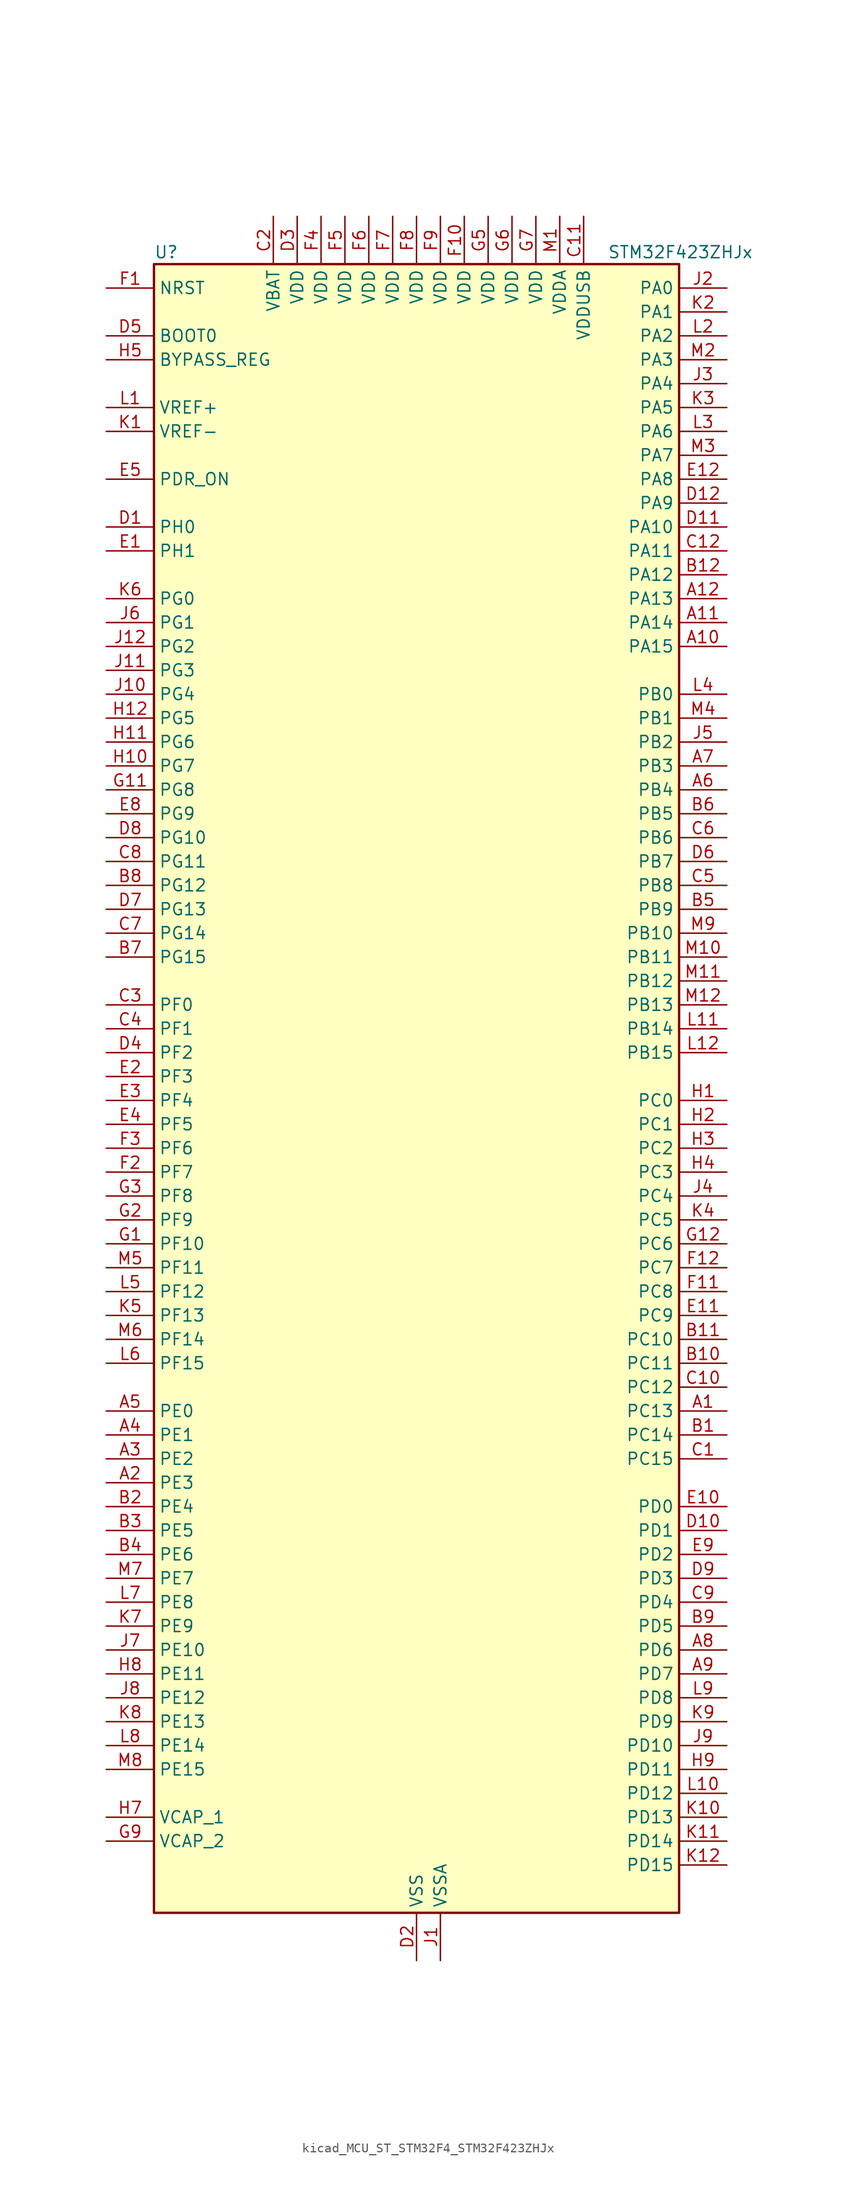
<source format=kicad_sym>
(kicad_symbol_lib
  (version 20220914)
  (generator kicad_symbol_editor)
  (symbol "kicad_MCU_ST_STM32F4_STM32F423ZHJx"
    (property "Reference" "U"
      (at -27.94 90.17 0)
      (effects (font (size 1.27 1.27)) (justify left)))
    (property "Value" "STM32F423ZHJx"
      (at 20.32 90.17 0)
      (effects (font (size 1.27 1.27)) (justify left)))
    (property "ki_locked" ""
      (at 0 0 0)
      (effects (font (size 1.27 1.27))))
    (symbol "kicad_MCU_ST_STM32F4_STM32F423ZHJx_0_1"
      (rectangle (start -27.94 -86.36) (end 27.94 88.9) (stroke (width 0.254) (type default)) (fill (type background))))
    (symbol "kicad_MCU_ST_STM32F4_STM32F423ZHJx_1_1"
      (pin bidirectional line (at 33.02 -33.02 180) (length 5.08) (name "PC13" (effects (font (size 1.27 1.27)))) (number "A1" (effects (font (size 1.27 1.27)))) (alternate "RTC_AF1" bidirectional line))
      (pin bidirectional line (at 33.02 48.26 180) (length 5.08) (name "PA15" (effects (font (size 1.27 1.27)))) (number "A10" (effects (font (size 1.27 1.27)))) (alternate "ADC1_EXTI15" bidirectional line) (alternate "CAN3_TX" bidirectional line) (alternate "I2S1_WS" bidirectional line) (alternate "I2S3_WS" bidirectional line) (alternate "SAI1_MCLK_A" bidirectional line) (alternate "SPI1_NSS" bidirectional line) (alternate "SPI3_NSS" bidirectional line) (alternate "SYS_JTDI" bidirectional line) (alternate "TIM2_CH1" bidirectional line) (alternate "TIM2_ETR" bidirectional line) (alternate "UART7_TX" bidirectional line) (alternate "USART1_TX" bidirectional line))
      (pin bidirectional line (at 33.02 50.8 180) (length 5.08) (name "PA14" (effects (font (size 1.27 1.27)))) (number "A11" (effects (font (size 1.27 1.27)))) (alternate "SYS_JTCK-SWCLK" bidirectional line))
      (pin bidirectional line (at 33.02 53.34 180) (length 5.08) (name "PA13" (effects (font (size 1.27 1.27)))) (number "A12" (effects (font (size 1.27 1.27)))) (alternate "SYS_JTMS-SWDIO" bidirectional line))
      (pin bidirectional line (at -33.02 -40.64 0) (length 5.08) (name "PE3" (effects (font (size 1.27 1.27)))) (number "A2" (effects (font (size 1.27 1.27)))) (alternate "FSMC_A19" bidirectional line) (alternate "SAI1_SD_B" bidirectional line) (alternate "SYS_TRACED0" bidirectional line) (alternate "UART10_TX" bidirectional line))
      (pin bidirectional line (at -33.02 -38.1 0) (length 5.08) (name "PE2" (effects (font (size 1.27 1.27)))) (number "A3" (effects (font (size 1.27 1.27)))) (alternate "FSMC_A23" bidirectional line) (alternate "I2S4_CK" bidirectional line) (alternate "I2S5_CK" bidirectional line) (alternate "QUADSPI_BK1_IO2" bidirectional line) (alternate "SAI1_MCLK_A" bidirectional line) (alternate "SPI4_SCK" bidirectional line) (alternate "SPI5_SCK" bidirectional line) (alternate "SYS_TRACECLK" bidirectional line) (alternate "UART10_RX" bidirectional line))
      (pin bidirectional line (at -33.02 -35.56 0) (length 5.08) (name "PE1" (effects (font (size 1.27 1.27)))) (number "A4" (effects (font (size 1.27 1.27)))) (alternate "DFSDM2_DATIN4" bidirectional line) (alternate "FSMC_NBL1" bidirectional line) (alternate "UART8_TX" bidirectional line))
      (pin bidirectional line (at -33.02 -33.02 0) (length 5.08) (name "PE0" (effects (font (size 1.27 1.27)))) (number "A5" (effects (font (size 1.27 1.27)))) (alternate "DFSDM2_CKIN4" bidirectional line) (alternate "FSMC_NBL0" bidirectional line) (alternate "TIM4_ETR" bidirectional line) (alternate "UART8_RX" bidirectional line))
      (pin bidirectional line (at 33.02 33.02 180) (length 5.08) (name "PB4" (effects (font (size 1.27 1.27)))) (number "A6" (effects (font (size 1.27 1.27)))) (alternate "CAN3_TX" bidirectional line) (alternate "I2C3_SDA" bidirectional line) (alternate "I2S3_ext_SD" bidirectional line) (alternate "SAI1_SCK_A" bidirectional line) (alternate "SDIO_D0" bidirectional line) (alternate "SPI1_MISO" bidirectional line) (alternate "SPI3_MISO" bidirectional line) (alternate "SYS_JTRST" bidirectional line) (alternate "TIM3_CH1" bidirectional line) (alternate "UART7_TX" bidirectional line))
      (pin bidirectional line (at 33.02 35.56 180) (length 5.08) (name "PB3" (effects (font (size 1.27 1.27)))) (number "A7" (effects (font (size 1.27 1.27)))) (alternate "CAN3_RX" bidirectional line) (alternate "FMPI2C1_SDA" bidirectional line) (alternate "I2C2_SDA" bidirectional line) (alternate "I2S1_CK" bidirectional line) (alternate "I2S3_CK" bidirectional line) (alternate "SAI1_SD_A" bidirectional line) (alternate "SPI1_SCK" bidirectional line) (alternate "SPI3_SCK" bidirectional line) (alternate "SYS_JTDO-SWO" bidirectional line) (alternate "TIM2_CH2" bidirectional line) (alternate "UART7_RX" bidirectional line) (alternate "USART1_RX" bidirectional line))
      (pin bidirectional line (at 33.02 -58.42 180) (length 5.08) (name "PD6" (effects (font (size 1.27 1.27)))) (number "A8" (effects (font (size 1.27 1.27)))) (alternate "DFSDM1_DATIN1" bidirectional line) (alternate "FSMC_NWAIT" bidirectional line) (alternate "I2S3_SD" bidirectional line) (alternate "SPI3_MOSI" bidirectional line) (alternate "USART2_RX" bidirectional line))
      (pin bidirectional line (at 33.02 -60.96 180) (length 5.08) (name "PD7" (effects (font (size 1.27 1.27)))) (number "A9" (effects (font (size 1.27 1.27)))) (alternate "DFSDM1_CKIN1" bidirectional line) (alternate "FSMC_NE1" bidirectional line) (alternate "USART2_CK" bidirectional line))
      (pin bidirectional line (at 33.02 -35.56 180) (length 5.08) (name "PC14" (effects (font (size 1.27 1.27)))) (number "B1" (effects (font (size 1.27 1.27)))) (alternate "RCC_OSC32_IN" bidirectional line))
      (pin bidirectional line (at 33.02 -27.94 180) (length 5.08) (name "PC11" (effects (font (size 1.27 1.27)))) (number "B10" (effects (font (size 1.27 1.27)))) (alternate "ADC1_EXTI11" bidirectional line) (alternate "DFSDM2_DATIN5" bidirectional line) (alternate "FSMC_D2" bidirectional line) (alternate "FSMC_DA2" bidirectional line) (alternate "I2S3_ext_SD" bidirectional line) (alternate "QUADSPI_BK2_NCS" bidirectional line) (alternate "SDIO_D3" bidirectional line) (alternate "SPI3_MISO" bidirectional line) (alternate "UART4_RX" bidirectional line) (alternate "USART3_RX" bidirectional line))
      (pin bidirectional line (at 33.02 -25.4 180) (length 5.08) (name "PC10" (effects (font (size 1.27 1.27)))) (number "B11" (effects (font (size 1.27 1.27)))) (alternate "DFSDM2_CKIN5" bidirectional line) (alternate "I2S3_CK" bidirectional line) (alternate "QUADSPI_BK1_IO1" bidirectional line) (alternate "SDIO_D2" bidirectional line) (alternate "SPI3_SCK" bidirectional line) (alternate "USART3_TX" bidirectional line))
      (pin bidirectional line (at 33.02 55.88 180) (length 5.08) (name "PA12" (effects (font (size 1.27 1.27)))) (number "B12" (effects (font (size 1.27 1.27)))) (alternate "CAN1_TX" bidirectional line) (alternate "DFSDM2_DATIN5" bidirectional line) (alternate "SPI2_MISO" bidirectional line) (alternate "SPI5_MISO" bidirectional line) (alternate "TIM1_ETR" bidirectional line) (alternate "UART4_TX" bidirectional line) (alternate "USART1_RTS" bidirectional line) (alternate "USART6_RX" bidirectional line) (alternate "USB_OTG_FS_DP" bidirectional line))
      (pin bidirectional line (at -33.02 -43.18 0) (length 5.08) (name "PE4" (effects (font (size 1.27 1.27)))) (number "B2" (effects (font (size 1.27 1.27)))) (alternate "DFSDM1_DATIN3" bidirectional line) (alternate "FSMC_A20" bidirectional line) (alternate "I2S4_WS" bidirectional line) (alternate "I2S5_WS" bidirectional line) (alternate "SAI1_SD_A" bidirectional line) (alternate "SPI4_NSS" bidirectional line) (alternate "SPI5_NSS" bidirectional line) (alternate "SYS_TRACED1" bidirectional line))
      (pin bidirectional line (at -33.02 -45.72 0) (length 5.08) (name "PE5" (effects (font (size 1.27 1.27)))) (number "B3" (effects (font (size 1.27 1.27)))) (alternate "DFSDM1_CKIN3" bidirectional line) (alternate "FSMC_A21" bidirectional line) (alternate "SAI1_SCK_A" bidirectional line) (alternate "SPI4_MISO" bidirectional line) (alternate "SPI5_MISO" bidirectional line) (alternate "SYS_TRACED2" bidirectional line) (alternate "TIM9_CH1" bidirectional line))
      (pin bidirectional line (at -33.02 -48.26 0) (length 5.08) (name "PE6" (effects (font (size 1.27 1.27)))) (number "B4" (effects (font (size 1.27 1.27)))) (alternate "FSMC_A22" bidirectional line) (alternate "I2S4_SD" bidirectional line) (alternate "I2S5_SD" bidirectional line) (alternate "SAI1_FS_A" bidirectional line) (alternate "SPI4_MOSI" bidirectional line) (alternate "SPI5_MOSI" bidirectional line) (alternate "SYS_TRACED3" bidirectional line) (alternate "TIM9_CH2" bidirectional line))
      (pin bidirectional line (at 33.02 20.32 180) (length 5.08) (name "PB9" (effects (font (size 1.27 1.27)))) (number "B5" (effects (font (size 1.27 1.27)))) (alternate "CAN1_TX" bidirectional line) (alternate "DAC_EXTI9" bidirectional line) (alternate "DFSDM2_DATIN1" bidirectional line) (alternate "I2C1_SDA" bidirectional line) (alternate "I2C2_SDA" bidirectional line) (alternate "I2S2_WS" bidirectional line) (alternate "SDIO_D5" bidirectional line) (alternate "SPI2_NSS" bidirectional line) (alternate "TIM11_CH1" bidirectional line) (alternate "TIM4_CH4" bidirectional line) (alternate "UART5_TX" bidirectional line))
      (pin bidirectional line (at 33.02 30.48 180) (length 5.08) (name "PB5" (effects (font (size 1.27 1.27)))) (number "B6" (effects (font (size 1.27 1.27)))) (alternate "CAN2_RX" bidirectional line) (alternate "I2C1_SMBA" bidirectional line) (alternate "I2S1_SD" bidirectional line) (alternate "I2S3_SD" bidirectional line) (alternate "LPTIM1_IN1" bidirectional line) (alternate "SAI1_FS_A" bidirectional line) (alternate "SDIO_D3" bidirectional line) (alternate "SPI1_MOSI" bidirectional line) (alternate "SPI3_MOSI" bidirectional line) (alternate "TIM3_CH2" bidirectional line) (alternate "UART5_RX" bidirectional line))
      (pin bidirectional line (at -33.02 15.24 0) (length 5.08) (name "PG15" (effects (font (size 1.27 1.27)))) (number "B7" (effects (font (size 1.27 1.27)))) (alternate "ADC1_EXTI15" bidirectional line) (alternate "USART6_CTS" bidirectional line))
      (pin bidirectional line (at -33.02 22.86 0) (length 5.08) (name "PG12" (effects (font (size 1.27 1.27)))) (number "B8" (effects (font (size 1.27 1.27)))) (alternate "CAN2_TX" bidirectional line) (alternate "FSMC_NE4" bidirectional line) (alternate "UART10_TX" bidirectional line) (alternate "USART6_RTS" bidirectional line))
      (pin bidirectional line (at 33.02 -55.88 180) (length 5.08) (name "PD5" (effects (font (size 1.27 1.27)))) (number "B9" (effects (font (size 1.27 1.27)))) (alternate "DFSDM2_CKOUT" bidirectional line) (alternate "FSMC_NWE" bidirectional line) (alternate "USART2_TX" bidirectional line))
      (pin bidirectional line (at 33.02 -38.1 180) (length 5.08) (name "PC15" (effects (font (size 1.27 1.27)))) (number "C1" (effects (font (size 1.27 1.27)))) (alternate "ADC1_EXTI15" bidirectional line) (alternate "RCC_OSC32_OUT" bidirectional line))
      (pin bidirectional line (at 33.02 -30.48 180) (length 5.08) (name "PC12" (effects (font (size 1.27 1.27)))) (number "C10" (effects (font (size 1.27 1.27)))) (alternate "FSMC_D3" bidirectional line) (alternate "FSMC_DA3" bidirectional line) (alternate "I2S3_SD" bidirectional line) (alternate "SDIO_CK" bidirectional line) (alternate "SPI3_MOSI" bidirectional line) (alternate "UART5_TX" bidirectional line) (alternate "USART3_CK" bidirectional line))
      (pin power_in line (at 17.78 93.98 270) (length 5.08) (name "VDDUSB" (effects (font (size 1.27 1.27)))) (number "C11" (effects (font (size 1.27 1.27)))))
      (pin bidirectional line (at 33.02 58.42 180) (length 5.08) (name "PA11" (effects (font (size 1.27 1.27)))) (number "C12" (effects (font (size 1.27 1.27)))) (alternate "ADC1_EXTI11" bidirectional line) (alternate "CAN1_RX" bidirectional line) (alternate "DFSDM2_CKIN5" bidirectional line) (alternate "I2S2_WS" bidirectional line) (alternate "SPI2_NSS" bidirectional line) (alternate "SPI4_MISO" bidirectional line) (alternate "TIM1_CH4" bidirectional line) (alternate "UART4_RX" bidirectional line) (alternate "USART1_CTS" bidirectional line) (alternate "USART6_TX" bidirectional line) (alternate "USB_OTG_FS_DM" bidirectional line))
      (pin power_in line (at -15.24 93.98 270) (length 5.08) (name "VBAT" (effects (font (size 1.27 1.27)))) (number "C2" (effects (font (size 1.27 1.27)))))
      (pin bidirectional line (at -33.02 10.16 0) (length 5.08) (name "PF0" (effects (font (size 1.27 1.27)))) (number "C3" (effects (font (size 1.27 1.27)))) (alternate "FSMC_A0" bidirectional line) (alternate "I2C2_SDA" bidirectional line))
      (pin bidirectional line (at -33.02 7.62 0) (length 5.08) (name "PF1" (effects (font (size 1.27 1.27)))) (number "C4" (effects (font (size 1.27 1.27)))) (alternate "FSMC_A1" bidirectional line) (alternate "I2C2_SCL" bidirectional line))
      (pin bidirectional line (at 33.02 22.86 180) (length 5.08) (name "PB8" (effects (font (size 1.27 1.27)))) (number "C5" (effects (font (size 1.27 1.27)))) (alternate "CAN1_RX" bidirectional line) (alternate "DFSDM2_CKIN1" bidirectional line) (alternate "I2C1_SCL" bidirectional line) (alternate "I2C3_SDA" bidirectional line) (alternate "I2S5_SD" bidirectional line) (alternate "LPTIM1_OUT" bidirectional line) (alternate "SDIO_D4" bidirectional line) (alternate "SPI5_MOSI" bidirectional line) (alternate "TIM10_CH1" bidirectional line) (alternate "TIM4_CH3" bidirectional line) (alternate "UART5_RX" bidirectional line))
      (pin bidirectional line (at 33.02 27.94 180) (length 5.08) (name "PB6" (effects (font (size 1.27 1.27)))) (number "C6" (effects (font (size 1.27 1.27)))) (alternate "CAN2_TX" bidirectional line) (alternate "DFSDM2_CKIN7" bidirectional line) (alternate "I2C1_SCL" bidirectional line) (alternate "LPTIM1_ETR" bidirectional line) (alternate "QUADSPI_BK1_NCS" bidirectional line) (alternate "SDIO_D0" bidirectional line) (alternate "TIM4_CH1" bidirectional line) (alternate "UART5_TX" bidirectional line) (alternate "USART1_TX" bidirectional line))
      (pin bidirectional line (at -33.02 17.78 0) (length 5.08) (name "PG14" (effects (font (size 1.27 1.27)))) (number "C7" (effects (font (size 1.27 1.27)))) (alternate "FSMC_A25" bidirectional line) (alternate "QUADSPI_BK2_IO3" bidirectional line) (alternate "SYS_TRACED3" bidirectional line) (alternate "USART6_TX" bidirectional line))
      (pin bidirectional line (at -33.02 25.4 0) (length 5.08) (name "PG11" (effects (font (size 1.27 1.27)))) (number "C8" (effects (font (size 1.27 1.27)))) (alternate "ADC1_EXTI11" bidirectional line) (alternate "CAN2_RX" bidirectional line) (alternate "UART10_RX" bidirectional line))
      (pin bidirectional line (at 33.02 -53.34 180) (length 5.08) (name "PD4" (effects (font (size 1.27 1.27)))) (number "C9" (effects (font (size 1.27 1.27)))) (alternate "DFSDM1_CKIN0" bidirectional line) (alternate "FSMC_NOE" bidirectional line) (alternate "USART2_RTS" bidirectional line))
      (pin bidirectional line (at -33.02 60.96 0) (length 5.08) (name "PH0" (effects (font (size 1.27 1.27)))) (number "D1" (effects (font (size 1.27 1.27)))) (alternate "RCC_OSC_IN" bidirectional line))
      (pin bidirectional line (at 33.02 -45.72 180) (length 5.08) (name "PD1" (effects (font (size 1.27 1.27)))) (number "D10" (effects (font (size 1.27 1.27)))) (alternate "CAN1_TX" bidirectional line) (alternate "DFSDM2_DATIN6" bidirectional line) (alternate "FSMC_D3" bidirectional line) (alternate "FSMC_DA3" bidirectional line) (alternate "UART4_TX" bidirectional line))
      (pin bidirectional line (at 33.02 60.96 180) (length 5.08) (name "PA10" (effects (font (size 1.27 1.27)))) (number "D11" (effects (font (size 1.27 1.27)))) (alternate "DFSDM2_DATIN3" bidirectional line) (alternate "I2S2_SD" bidirectional line) (alternate "I2S5_SD" bidirectional line) (alternate "SPI2_MOSI" bidirectional line) (alternate "SPI5_MOSI" bidirectional line) (alternate "TIM1_CH3" bidirectional line) (alternate "USART1_RX" bidirectional line) (alternate "USB_OTG_FS_ID" bidirectional line))
      (pin bidirectional line (at 33.02 63.5 180) (length 5.08) (name "PA9" (effects (font (size 1.27 1.27)))) (number "D12" (effects (font (size 1.27 1.27)))) (alternate "DAC_EXTI9" bidirectional line) (alternate "DFSDM2_CKIN3" bidirectional line) (alternate "I2C3_SMBA" bidirectional line) (alternate "I2S2_CK" bidirectional line) (alternate "SDIO_D2" bidirectional line) (alternate "SPI2_SCK" bidirectional line) (alternate "TIM1_CH2" bidirectional line) (alternate "USART1_TX" bidirectional line) (alternate "USB_OTG_FS_VBUS" bidirectional line))
      (pin power_in line (at 0 -91.44 90) (length 5.08) (name "VSS" (effects (font (size 1.27 1.27)))) (number "D2" (effects (font (size 1.27 1.27)))))
      (pin power_in line (at -12.7 93.98 270) (length 5.08) (name "VDD" (effects (font (size 1.27 1.27)))) (number "D3" (effects (font (size 1.27 1.27)))))
      (pin bidirectional line (at -33.02 5.08 0) (length 5.08) (name "PF2" (effects (font (size 1.27 1.27)))) (number "D4" (effects (font (size 1.27 1.27)))) (alternate "FSMC_A2" bidirectional line) (alternate "I2C2_SMBA" bidirectional line))
      (pin input line (at -33.02 81.28 0) (length 5.08) (name "BOOT0" (effects (font (size 1.27 1.27)))) (number "D5" (effects (font (size 1.27 1.27)))))
      (pin bidirectional line (at 33.02 25.4 180) (length 5.08) (name "PB7" (effects (font (size 1.27 1.27)))) (number "D6" (effects (font (size 1.27 1.27)))) (alternate "DFSDM2_DATIN7" bidirectional line) (alternate "FSMC_NL" bidirectional line) (alternate "I2C1_SDA" bidirectional line) (alternate "LPTIM1_IN2" bidirectional line) (alternate "TIM4_CH2" bidirectional line) (alternate "USART1_RX" bidirectional line))
      (pin bidirectional line (at -33.02 20.32 0) (length 5.08) (name "PG13" (effects (font (size 1.27 1.27)))) (number "D7" (effects (font (size 1.27 1.27)))) (alternate "FSMC_A24" bidirectional line) (alternate "SYS_TRACED2" bidirectional line) (alternate "USART6_CTS" bidirectional line))
      (pin bidirectional line (at -33.02 27.94 0) (length 5.08) (name "PG10" (effects (font (size 1.27 1.27)))) (number "D8" (effects (font (size 1.27 1.27)))) (alternate "FSMC_NE3" bidirectional line))
      (pin bidirectional line (at 33.02 -50.8 180) (length 5.08) (name "PD3" (effects (font (size 1.27 1.27)))) (number "D9" (effects (font (size 1.27 1.27)))) (alternate "DFSDM1_DATIN0" bidirectional line) (alternate "FSMC_CLK" bidirectional line) (alternate "I2S2_CK" bidirectional line) (alternate "QUADSPI_CLK" bidirectional line) (alternate "SPI2_SCK" bidirectional line) (alternate "SYS_TRACED1" bidirectional line) (alternate "USART2_CTS" bidirectional line))
      (pin bidirectional line (at -33.02 58.42 0) (length 5.08) (name "PH1" (effects (font (size 1.27 1.27)))) (number "E1" (effects (font (size 1.27 1.27)))) (alternate "RCC_OSC_OUT" bidirectional line))
      (pin bidirectional line (at 33.02 -43.18 180) (length 5.08) (name "PD0" (effects (font (size 1.27 1.27)))) (number "E10" (effects (font (size 1.27 1.27)))) (alternate "CAN1_RX" bidirectional line) (alternate "DFSDM2_CKIN6" bidirectional line) (alternate "FSMC_D2" bidirectional line) (alternate "FSMC_DA2" bidirectional line) (alternate "UART4_RX" bidirectional line))
      (pin bidirectional line (at 33.02 -22.86 180) (length 5.08) (name "PC9" (effects (font (size 1.27 1.27)))) (number "E11" (effects (font (size 1.27 1.27)))) (alternate "DAC_EXTI9" bidirectional line) (alternate "DFSDM2_DATIN3" bidirectional line) (alternate "I2C3_SDA" bidirectional line) (alternate "I2S_CKIN" bidirectional line) (alternate "QUADSPI_BK1_IO0" bidirectional line) (alternate "RCC_MCO_2" bidirectional line) (alternate "SDIO_D1" bidirectional line) (alternate "TIM3_CH4" bidirectional line) (alternate "TIM8_CH4" bidirectional line))
      (pin bidirectional line (at 33.02 66.04 180) (length 5.08) (name "PA8" (effects (font (size 1.27 1.27)))) (number "E12" (effects (font (size 1.27 1.27)))) (alternate "CAN3_RX" bidirectional line) (alternate "DFSDM1_CKOUT" bidirectional line) (alternate "I2C3_SCL" bidirectional line) (alternate "RCC_MCO_1" bidirectional line) (alternate "SDIO_D1" bidirectional line) (alternate "TIM1_CH1" bidirectional line) (alternate "UART7_RX" bidirectional line) (alternate "USART1_CK" bidirectional line) (alternate "USB_OTG_FS_SOF" bidirectional line))
      (pin bidirectional line (at -33.02 2.54 0) (length 5.08) (name "PF3" (effects (font (size 1.27 1.27)))) (number "E2" (effects (font (size 1.27 1.27)))) (alternate "FSMC_A3" bidirectional line) (alternate "TIM5_CH1" bidirectional line))
      (pin bidirectional line (at -33.02 0 0) (length 5.08) (name "PF4" (effects (font (size 1.27 1.27)))) (number "E3" (effects (font (size 1.27 1.27)))) (alternate "FSMC_A4" bidirectional line) (alternate "TIM5_CH2" bidirectional line))
      (pin bidirectional line (at -33.02 -2.54 0) (length 5.08) (name "PF5" (effects (font (size 1.27 1.27)))) (number "E4" (effects (font (size 1.27 1.27)))) (alternate "FSMC_A5" bidirectional line) (alternate "TIM5_CH3" bidirectional line))
      (pin input line (at -33.02 66.04 0) (length 5.08) (name "PDR_ON" (effects (font (size 1.27 1.27)))) (number "E5" (effects (font (size 1.27 1.27)))))
      (pin passive line (at 0 -91.44 90) (length 5.08) hide (name "VSS" (effects (font (size 1.27 1.27)))) (number "E6" (effects (font (size 1.27 1.27)))))
      (pin passive line (at 0 -91.44 90) (length 5.08) hide (name "VSS" (effects (font (size 1.27 1.27)))) (number "E7" (effects (font (size 1.27 1.27)))))
      (pin bidirectional line (at -33.02 30.48 0) (length 5.08) (name "PG9" (effects (font (size 1.27 1.27)))) (number "E8" (effects (font (size 1.27 1.27)))) (alternate "DAC_EXTI9" bidirectional line) (alternate "FSMC_NE2" bidirectional line) (alternate "QUADSPI_BK2_IO2" bidirectional line) (alternate "USART6_RX" bidirectional line))
      (pin bidirectional line (at 33.02 -48.26 180) (length 5.08) (name "PD2" (effects (font (size 1.27 1.27)))) (number "E9" (effects (font (size 1.27 1.27)))) (alternate "DFSDM2_CKOUT" bidirectional line) (alternate "FSMC_NWE" bidirectional line) (alternate "SDIO_CMD" bidirectional line) (alternate "TIM3_ETR" bidirectional line) (alternate "UART5_RX" bidirectional line))
      (pin input line (at -33.02 86.36 0) (length 5.08) (name "NRST" (effects (font (size 1.27 1.27)))) (number "F1" (effects (font (size 1.27 1.27)))))
      (pin power_in line (at 5.08 93.98 270) (length 5.08) (name "VDD" (effects (font (size 1.27 1.27)))) (number "F10" (effects (font (size 1.27 1.27)))))
      (pin bidirectional line (at 33.02 -20.32 180) (length 5.08) (name "PC8" (effects (font (size 1.27 1.27)))) (number "F11" (effects (font (size 1.27 1.27)))) (alternate "DFSDM2_CKIN3" bidirectional line) (alternate "QUADSPI_BK1_IO2" bidirectional line) (alternate "SDIO_D0" bidirectional line) (alternate "TIM3_CH3" bidirectional line) (alternate "TIM8_CH3" bidirectional line) (alternate "USART6_CK" bidirectional line))
      (pin bidirectional line (at 33.02 -17.78 180) (length 5.08) (name "PC7" (effects (font (size 1.27 1.27)))) (number "F12" (effects (font (size 1.27 1.27)))) (alternate "DFSDM1_DATIN3" bidirectional line) (alternate "DFSDM2_CKIN6" bidirectional line) (alternate "FMPI2C1_SDA" bidirectional line) (alternate "I2S2_CK" bidirectional line) (alternate "I2S3_MCK" bidirectional line) (alternate "SDIO_D7" bidirectional line) (alternate "SPI2_SCK" bidirectional line) (alternate "TIM3_CH2" bidirectional line) (alternate "TIM8_CH2" bidirectional line) (alternate "USART6_RX" bidirectional line))
      (pin bidirectional line (at -33.02 -7.62 0) (length 5.08) (name "PF7" (effects (font (size 1.27 1.27)))) (number "F2" (effects (font (size 1.27 1.27)))) (alternate "QUADSPI_BK1_IO2" bidirectional line) (alternate "SAI1_MCLK_B" bidirectional line) (alternate "SYS_TRACED1" bidirectional line) (alternate "TIM11_CH1" bidirectional line) (alternate "UART7_TX" bidirectional line))
      (pin bidirectional line (at -33.02 -5.08 0) (length 5.08) (name "PF6" (effects (font (size 1.27 1.27)))) (number "F3" (effects (font (size 1.27 1.27)))) (alternate "QUADSPI_BK1_IO3" bidirectional line) (alternate "SAI1_SD_B" bidirectional line) (alternate "SYS_TRACED0" bidirectional line) (alternate "TIM10_CH1" bidirectional line) (alternate "UART7_RX" bidirectional line))
      (pin power_in line (at -10.16 93.98 270) (length 5.08) (name "VDD" (effects (font (size 1.27 1.27)))) (number "F4" (effects (font (size 1.27 1.27)))))
      (pin power_in line (at -7.62 93.98 270) (length 5.08) (name "VDD" (effects (font (size 1.27 1.27)))) (number "F5" (effects (font (size 1.27 1.27)))))
      (pin power_in line (at -5.08 93.98 270) (length 5.08) (name "VDD" (effects (font (size 1.27 1.27)))) (number "F6" (effects (font (size 1.27 1.27)))))
      (pin power_in line (at -2.54 93.98 270) (length 5.08) (name "VDD" (effects (font (size 1.27 1.27)))) (number "F7" (effects (font (size 1.27 1.27)))))
      (pin power_in line (at 0 93.98 270) (length 5.08) (name "VDD" (effects (font (size 1.27 1.27)))) (number "F8" (effects (font (size 1.27 1.27)))))
      (pin power_in line (at 2.54 93.98 270) (length 5.08) (name "VDD" (effects (font (size 1.27 1.27)))) (number "F9" (effects (font (size 1.27 1.27)))))
      (pin bidirectional line (at -33.02 -15.24 0) (length 5.08) (name "PF10" (effects (font (size 1.27 1.27)))) (number "G1" (effects (font (size 1.27 1.27)))) (alternate "TIM1_ETR" bidirectional line) (alternate "TIM5_CH4" bidirectional line))
      (pin passive line (at 0 -91.44 90) (length 5.08) hide (name "VSS" (effects (font (size 1.27 1.27)))) (number "G10" (effects (font (size 1.27 1.27)))))
      (pin bidirectional line (at -33.02 33.02 0) (length 5.08) (name "PG8" (effects (font (size 1.27 1.27)))) (number "G11" (effects (font (size 1.27 1.27)))) (alternate "USART6_RTS" bidirectional line))
      (pin bidirectional line (at 33.02 -15.24 180) (length 5.08) (name "PC6" (effects (font (size 1.27 1.27)))) (number "G12" (effects (font (size 1.27 1.27)))) (alternate "DFSDM1_CKIN3" bidirectional line) (alternate "DFSDM2_DATIN6" bidirectional line) (alternate "FMPI2C1_SCL" bidirectional line) (alternate "FSMC_D1" bidirectional line) (alternate "FSMC_DA1" bidirectional line) (alternate "I2S2_MCK" bidirectional line) (alternate "SDIO_D6" bidirectional line) (alternate "TIM3_CH1" bidirectional line) (alternate "TIM8_CH1" bidirectional line) (alternate "USART6_TX" bidirectional line))
      (pin bidirectional line (at -33.02 -12.7 0) (length 5.08) (name "PF9" (effects (font (size 1.27 1.27)))) (number "G2" (effects (font (size 1.27 1.27)))) (alternate "DAC_EXTI9" bidirectional line) (alternate "QUADSPI_BK1_IO1" bidirectional line) (alternate "SAI1_FS_B" bidirectional line) (alternate "TIM14_CH1" bidirectional line) (alternate "UART8_TX" bidirectional line))
      (pin bidirectional line (at -33.02 -10.16 0) (length 5.08) (name "PF8" (effects (font (size 1.27 1.27)))) (number "G3" (effects (font (size 1.27 1.27)))) (alternate "QUADSPI_BK1_IO0" bidirectional line) (alternate "SAI1_SCK_B" bidirectional line) (alternate "TIM13_CH1" bidirectional line) (alternate "UART8_RX" bidirectional line))
      (pin passive line (at 0 -91.44 90) (length 5.08) hide (name "VSS" (effects (font (size 1.27 1.27)))) (number "G4" (effects (font (size 1.27 1.27)))))
      (pin power_in line (at 7.62 93.98 270) (length 5.08) (name "VDD" (effects (font (size 1.27 1.27)))) (number "G5" (effects (font (size 1.27 1.27)))))
      (pin power_in line (at 10.16 93.98 270) (length 5.08) (name "VDD" (effects (font (size 1.27 1.27)))) (number "G6" (effects (font (size 1.27 1.27)))))
      (pin power_in line (at 12.7 93.98 270) (length 5.08) (name "VDD" (effects (font (size 1.27 1.27)))) (number "G7" (effects (font (size 1.27 1.27)))))
      (pin passive line (at 0 -91.44 90) (length 5.08) hide (name "VSS" (effects (font (size 1.27 1.27)))) (number "G8" (effects (font (size 1.27 1.27)))))
      (pin power_out line (at -33.02 -78.74 0) (length 5.08) (name "VCAP_2" (effects (font (size 1.27 1.27)))) (number "G9" (effects (font (size 1.27 1.27)))))
      (pin bidirectional line (at 33.02 0 180) (length 5.08) (name "PC0" (effects (font (size 1.27 1.27)))) (number "H1" (effects (font (size 1.27 1.27)))) (alternate "ADC1_IN10" bidirectional line) (alternate "DFSDM2_CKIN4" bidirectional line) (alternate "LPTIM1_IN1" bidirectional line) (alternate "SAI1_MCLK_B" bidirectional line) (alternate "SYS_WKUP2" bidirectional line))
      (pin bidirectional line (at -33.02 35.56 0) (length 5.08) (name "PG7" (effects (font (size 1.27 1.27)))) (number "H10" (effects (font (size 1.27 1.27)))) (alternate "USART6_CK" bidirectional line))
      (pin bidirectional line (at -33.02 38.1 0) (length 5.08) (name "PG6" (effects (font (size 1.27 1.27)))) (number "H11" (effects (font (size 1.27 1.27)))) (alternate "QUADSPI_BK1_NCS" bidirectional line))
      (pin bidirectional line (at -33.02 40.64 0) (length 5.08) (name "PG5" (effects (font (size 1.27 1.27)))) (number "H12" (effects (font (size 1.27 1.27)))) (alternate "FSMC_A15" bidirectional line))
      (pin bidirectional line (at 33.02 -2.54 180) (length 5.08) (name "PC1" (effects (font (size 1.27 1.27)))) (number "H2" (effects (font (size 1.27 1.27)))) (alternate "ADC1_IN11" bidirectional line) (alternate "DFSDM2_DATIN4" bidirectional line) (alternate "LPTIM1_OUT" bidirectional line) (alternate "SAI1_SD_B" bidirectional line) (alternate "SYS_WKUP3" bidirectional line))
      (pin bidirectional line (at 33.02 -5.08 180) (length 5.08) (name "PC2" (effects (font (size 1.27 1.27)))) (number "H3" (effects (font (size 1.27 1.27)))) (alternate "ADC1_IN12" bidirectional line) (alternate "DFSDM1_CKOUT" bidirectional line) (alternate "DFSDM2_DATIN7" bidirectional line) (alternate "FSMC_NWE" bidirectional line) (alternate "I2S2_ext_SD" bidirectional line) (alternate "LPTIM1_IN2" bidirectional line) (alternate "SAI1_SCK_B" bidirectional line) (alternate "SPI2_MISO" bidirectional line))
      (pin bidirectional line (at 33.02 -7.62 180) (length 5.08) (name "PC3" (effects (font (size 1.27 1.27)))) (number "H4" (effects (font (size 1.27 1.27)))) (alternate "ADC1_IN13" bidirectional line) (alternate "DFSDM2_CKIN7" bidirectional line) (alternate "FSMC_A0" bidirectional line) (alternate "I2S2_SD" bidirectional line) (alternate "LPTIM1_ETR" bidirectional line) (alternate "SAI1_FS_B" bidirectional line) (alternate "SPI2_MOSI" bidirectional line))
      (pin input line (at -33.02 78.74 0) (length 5.08) (name "BYPASS_REG" (effects (font (size 1.27 1.27)))) (number "H5" (effects (font (size 1.27 1.27)))))
      (pin passive line (at 0 -91.44 90) (length 5.08) hide (name "VSS" (effects (font (size 1.27 1.27)))) (number "H6" (effects (font (size 1.27 1.27)))))
      (pin power_out line (at -33.02 -76.2 0) (length 5.08) (name "VCAP_1" (effects (font (size 1.27 1.27)))) (number "H7" (effects (font (size 1.27 1.27)))))
      (pin bidirectional line (at -33.02 -60.96 0) (length 5.08) (name "PE11" (effects (font (size 1.27 1.27)))) (number "H8" (effects (font (size 1.27 1.27)))) (alternate "ADC1_EXTI11" bidirectional line) (alternate "DFSDM2_CKIN0" bidirectional line) (alternate "FSMC_D8" bidirectional line) (alternate "FSMC_DA8" bidirectional line) (alternate "I2S4_WS" bidirectional line) (alternate "I2S5_WS" bidirectional line) (alternate "SPI4_NSS" bidirectional line) (alternate "SPI5_NSS" bidirectional line) (alternate "TIM1_CH2" bidirectional line))
      (pin bidirectional line (at 33.02 -71.12 180) (length 5.08) (name "PD11" (effects (font (size 1.27 1.27)))) (number "H9" (effects (font (size 1.27 1.27)))) (alternate "ADC1_EXTI11" bidirectional line) (alternate "DFSDM2_DATIN2" bidirectional line) (alternate "FMPI2C1_SMBA" bidirectional line) (alternate "FSMC_A16" bidirectional line) (alternate "QUADSPI_BK1_IO0" bidirectional line) (alternate "USART3_CTS" bidirectional line))
      (pin power_in line (at 2.54 -91.44 90) (length 5.08) (name "VSSA" (effects (font (size 1.27 1.27)))) (number "J1" (effects (font (size 1.27 1.27)))))
      (pin bidirectional line (at -33.02 43.18 0) (length 5.08) (name "PG4" (effects (font (size 1.27 1.27)))) (number "J10" (effects (font (size 1.27 1.27)))) (alternate "FSMC_A14" bidirectional line))
      (pin bidirectional line (at -33.02 45.72 0) (length 5.08) (name "PG3" (effects (font (size 1.27 1.27)))) (number "J11" (effects (font (size 1.27 1.27)))) (alternate "FSMC_A13" bidirectional line))
      (pin bidirectional line (at -33.02 48.26 0) (length 5.08) (name "PG2" (effects (font (size 1.27 1.27)))) (number "J12" (effects (font (size 1.27 1.27)))) (alternate "FSMC_A12" bidirectional line))
      (pin bidirectional line (at 33.02 86.36 180) (length 5.08) (name "PA0" (effects (font (size 1.27 1.27)))) (number "J2" (effects (font (size 1.27 1.27)))) (alternate "ADC1_IN0" bidirectional line) (alternate "SYS_WKUP1" bidirectional line) (alternate "TIM2_CH1" bidirectional line) (alternate "TIM2_ETR" bidirectional line) (alternate "TIM5_CH1" bidirectional line) (alternate "TIM8_ETR" bidirectional line) (alternate "UART4_TX" bidirectional line) (alternate "USART2_CTS" bidirectional line))
      (pin bidirectional line (at 33.02 76.2 180) (length 5.08) (name "PA4" (effects (font (size 1.27 1.27)))) (number "J3" (effects (font (size 1.27 1.27)))) (alternate "ADC1_IN4" bidirectional line) (alternate "DAC_OUT1" bidirectional line) (alternate "DFSDM1_DATIN1" bidirectional line) (alternate "FSMC_D6" bidirectional line) (alternate "FSMC_DA6" bidirectional line) (alternate "I2S1_WS" bidirectional line) (alternate "I2S3_WS" bidirectional line) (alternate "SPI1_NSS" bidirectional line) (alternate "SPI3_NSS" bidirectional line) (alternate "USART2_CK" bidirectional line))
      (pin bidirectional line (at 33.02 -10.16 180) (length 5.08) (name "PC4" (effects (font (size 1.27 1.27)))) (number "J4" (effects (font (size 1.27 1.27)))) (alternate "ADC1_IN14" bidirectional line) (alternate "DFSDM2_CKIN2" bidirectional line) (alternate "FSMC_NE4" bidirectional line) (alternate "I2S1_MCK" bidirectional line) (alternate "QUADSPI_BK2_IO2" bidirectional line))
      (pin bidirectional line (at 33.02 38.1 180) (length 5.08) (name "PB2" (effects (font (size 1.27 1.27)))) (number "J5" (effects (font (size 1.27 1.27)))) (alternate "DFSDM1_CKIN0" bidirectional line) (alternate "LPTIM1_OUT" bidirectional line) (alternate "QUADSPI_CLK" bidirectional line))
      (pin bidirectional line (at -33.02 50.8 0) (length 5.08) (name "PG1" (effects (font (size 1.27 1.27)))) (number "J6" (effects (font (size 1.27 1.27)))) (alternate "CAN1_TX" bidirectional line) (alternate "FSMC_A11" bidirectional line) (alternate "UART9_TX" bidirectional line))
      (pin bidirectional line (at -33.02 -58.42 0) (length 5.08) (name "PE10" (effects (font (size 1.27 1.27)))) (number "J7" (effects (font (size 1.27 1.27)))) (alternate "DFSDM2_DATIN0" bidirectional line) (alternate "FSMC_D7" bidirectional line) (alternate "FSMC_DA7" bidirectional line) (alternate "QUADSPI_BK2_IO3" bidirectional line) (alternate "TIM1_CH2N" bidirectional line))
      (pin bidirectional line (at -33.02 -63.5 0) (length 5.08) (name "PE12" (effects (font (size 1.27 1.27)))) (number "J8" (effects (font (size 1.27 1.27)))) (alternate "DFSDM2_DATIN7" bidirectional line) (alternate "FSMC_D9" bidirectional line) (alternate "FSMC_DA9" bidirectional line) (alternate "I2S4_CK" bidirectional line) (alternate "I2S5_CK" bidirectional line) (alternate "SPI4_SCK" bidirectional line) (alternate "SPI5_SCK" bidirectional line) (alternate "TIM1_CH3N" bidirectional line))
      (pin bidirectional line (at 33.02 -68.58 180) (length 5.08) (name "PD10" (effects (font (size 1.27 1.27)))) (number "J9" (effects (font (size 1.27 1.27)))) (alternate "FSMC_D15" bidirectional line) (alternate "FSMC_DA15" bidirectional line) (alternate "UART4_TX" bidirectional line) (alternate "USART3_CK" bidirectional line))
      (pin input line (at -33.02 71.12 0) (length 5.08) (name "VREF-" (effects (font (size 1.27 1.27)))) (number "K1" (effects (font (size 1.27 1.27)))))
      (pin bidirectional line (at 33.02 -76.2 180) (length 5.08) (name "PD13" (effects (font (size 1.27 1.27)))) (number "K10" (effects (font (size 1.27 1.27)))) (alternate "FMPI2C1_SDA" bidirectional line) (alternate "FSMC_A18" bidirectional line) (alternate "QUADSPI_BK1_IO3" bidirectional line) (alternate "TIM4_CH2" bidirectional line))
      (pin bidirectional line (at 33.02 -78.74 180) (length 5.08) (name "PD14" (effects (font (size 1.27 1.27)))) (number "K11" (effects (font (size 1.27 1.27)))) (alternate "DFSDM2_CKIN0" bidirectional line) (alternate "FMPI2C1_SCL" bidirectional line) (alternate "FSMC_D0" bidirectional line) (alternate "FSMC_DA0" bidirectional line) (alternate "TIM4_CH3" bidirectional line) (alternate "UART9_RX" bidirectional line))
      (pin bidirectional line (at 33.02 -81.28 180) (length 5.08) (name "PD15" (effects (font (size 1.27 1.27)))) (number "K12" (effects (font (size 1.27 1.27)))) (alternate "ADC1_EXTI15" bidirectional line) (alternate "DFSDM2_DATIN0" bidirectional line) (alternate "FMPI2C1_SDA" bidirectional line) (alternate "FSMC_D1" bidirectional line) (alternate "FSMC_DA1" bidirectional line) (alternate "TIM4_CH4" bidirectional line) (alternate "UART9_TX" bidirectional line))
      (pin bidirectional line (at 33.02 83.82 180) (length 5.08) (name "PA1" (effects (font (size 1.27 1.27)))) (number "K2" (effects (font (size 1.27 1.27)))) (alternate "ADC1_IN1" bidirectional line) (alternate "I2S4_SD" bidirectional line) (alternate "QUADSPI_BK1_IO3" bidirectional line) (alternate "SPI4_MOSI" bidirectional line) (alternate "TIM2_CH2" bidirectional line) (alternate "TIM5_CH2" bidirectional line) (alternate "UART4_RX" bidirectional line) (alternate "USART2_RTS" bidirectional line))
      (pin bidirectional line (at 33.02 73.66 180) (length 5.08) (name "PA5" (effects (font (size 1.27 1.27)))) (number "K3" (effects (font (size 1.27 1.27)))) (alternate "ADC1_IN5" bidirectional line) (alternate "DAC_OUT2" bidirectional line) (alternate "DFSDM1_CKIN1" bidirectional line) (alternate "FSMC_D7" bidirectional line) (alternate "FSMC_DA7" bidirectional line) (alternate "I2S1_CK" bidirectional line) (alternate "SPI1_SCK" bidirectional line) (alternate "TIM2_CH1" bidirectional line) (alternate "TIM2_ETR" bidirectional line) (alternate "TIM8_CH1N" bidirectional line))
      (pin bidirectional line (at 33.02 -12.7 180) (length 5.08) (name "PC5" (effects (font (size 1.27 1.27)))) (number "K4" (effects (font (size 1.27 1.27)))) (alternate "ADC1_IN15" bidirectional line) (alternate "DFSDM2_DATIN2" bidirectional line) (alternate "FMPI2C1_SMBA" bidirectional line) (alternate "FSMC_NOE" bidirectional line) (alternate "QUADSPI_BK2_IO3" bidirectional line) (alternate "USART3_RX" bidirectional line))
      (pin bidirectional line (at -33.02 -22.86 0) (length 5.08) (name "PF13" (effects (font (size 1.27 1.27)))) (number "K5" (effects (font (size 1.27 1.27)))) (alternate "FMPI2C1_SMBA" bidirectional line) (alternate "FSMC_A7" bidirectional line))
      (pin bidirectional line (at -33.02 53.34 0) (length 5.08) (name "PG0" (effects (font (size 1.27 1.27)))) (number "K6" (effects (font (size 1.27 1.27)))) (alternate "CAN1_RX" bidirectional line) (alternate "FSMC_A10" bidirectional line) (alternate "UART9_RX" bidirectional line))
      (pin bidirectional line (at -33.02 -55.88 0) (length 5.08) (name "PE9" (effects (font (size 1.27 1.27)))) (number "K7" (effects (font (size 1.27 1.27)))) (alternate "DAC_EXTI9" bidirectional line) (alternate "DFSDM1_CKOUT" bidirectional line) (alternate "FSMC_D6" bidirectional line) (alternate "FSMC_DA6" bidirectional line) (alternate "QUADSPI_BK2_IO2" bidirectional line) (alternate "TIM1_CH1" bidirectional line))
      (pin bidirectional line (at -33.02 -66.04 0) (length 5.08) (name "PE13" (effects (font (size 1.27 1.27)))) (number "K8" (effects (font (size 1.27 1.27)))) (alternate "DFSDM2_CKIN7" bidirectional line) (alternate "FSMC_D10" bidirectional line) (alternate "FSMC_DA10" bidirectional line) (alternate "SPI4_MISO" bidirectional line) (alternate "SPI5_MISO" bidirectional line) (alternate "TIM1_CH3" bidirectional line))
      (pin bidirectional line (at 33.02 -66.04 180) (length 5.08) (name "PD9" (effects (font (size 1.27 1.27)))) (number "K9" (effects (font (size 1.27 1.27)))) (alternate "DAC_EXTI9" bidirectional line) (alternate "FSMC_D14" bidirectional line) (alternate "FSMC_DA14" bidirectional line) (alternate "USART3_RX" bidirectional line))
      (pin input line (at -33.02 73.66 0) (length 5.08) (name "VREF+" (effects (font (size 1.27 1.27)))) (number "L1" (effects (font (size 1.27 1.27)))))
      (pin bidirectional line (at 33.02 -73.66 180) (length 5.08) (name "PD12" (effects (font (size 1.27 1.27)))) (number "L10" (effects (font (size 1.27 1.27)))) (alternate "DFSDM2_CKIN2" bidirectional line) (alternate "FMPI2C1_SCL" bidirectional line) (alternate "FSMC_A17" bidirectional line) (alternate "QUADSPI_BK1_IO1" bidirectional line) (alternate "TIM4_CH1" bidirectional line) (alternate "USART3_RTS" bidirectional line))
      (pin bidirectional line (at 33.02 7.62 180) (length 5.08) (name "PB14" (effects (font (size 1.27 1.27)))) (number "L11" (effects (font (size 1.27 1.27)))) (alternate "DFSDM1_DATIN2" bidirectional line) (alternate "FMPI2C1_SDA" bidirectional line) (alternate "FSMC_D0" bidirectional line) (alternate "FSMC_DA0" bidirectional line) (alternate "I2S2_ext_SD" bidirectional line) (alternate "SDIO_D6" bidirectional line) (alternate "SPI2_MISO" bidirectional line) (alternate "TIM12_CH1" bidirectional line) (alternate "TIM1_CH2N" bidirectional line) (alternate "TIM8_CH2N" bidirectional line) (alternate "USART3_RTS" bidirectional line))
      (pin bidirectional line (at 33.02 5.08 180) (length 5.08) (name "PB15" (effects (font (size 1.27 1.27)))) (number "L12" (effects (font (size 1.27 1.27)))) (alternate "ADC1_EXTI15" bidirectional line) (alternate "DFSDM1_CKIN2" bidirectional line) (alternate "FMPI2C1_SCL" bidirectional line) (alternate "I2S2_SD" bidirectional line) (alternate "RTC_REFIN" bidirectional line) (alternate "SDIO_CK" bidirectional line) (alternate "SPI2_MOSI" bidirectional line) (alternate "TIM12_CH2" bidirectional line) (alternate "TIM1_CH3N" bidirectional line) (alternate "TIM8_CH3N" bidirectional line))
      (pin bidirectional line (at 33.02 81.28 180) (length 5.08) (name "PA2" (effects (font (size 1.27 1.27)))) (number "L2" (effects (font (size 1.27 1.27)))) (alternate "ADC1_IN2" bidirectional line) (alternate "FSMC_D4" bidirectional line) (alternate "FSMC_DA4" bidirectional line) (alternate "I2S_CKIN" bidirectional line) (alternate "TIM2_CH3" bidirectional line) (alternate "TIM5_CH3" bidirectional line) (alternate "TIM9_CH1" bidirectional line) (alternate "USART2_TX" bidirectional line))
      (pin bidirectional line (at 33.02 71.12 180) (length 5.08) (name "PA6" (effects (font (size 1.27 1.27)))) (number "L3" (effects (font (size 1.27 1.27)))) (alternate "ADC1_IN6" bidirectional line) (alternate "DFSDM2_CKIN1" bidirectional line) (alternate "I2S2_MCK" bidirectional line) (alternate "QUADSPI_BK2_IO0" bidirectional line) (alternate "SDIO_CMD" bidirectional line) (alternate "SPI1_MISO" bidirectional line) (alternate "TIM13_CH1" bidirectional line) (alternate "TIM1_BKIN" bidirectional line) (alternate "TIM3_CH1" bidirectional line) (alternate "TIM8_BKIN" bidirectional line))
      (pin bidirectional line (at 33.02 43.18 180) (length 5.08) (name "PB0" (effects (font (size 1.27 1.27)))) (number "L4" (effects (font (size 1.27 1.27)))) (alternate "ADC1_IN8" bidirectional line) (alternate "I2S5_CK" bidirectional line) (alternate "SPI5_SCK" bidirectional line) (alternate "TIM1_CH2N" bidirectional line) (alternate "TIM3_CH3" bidirectional line) (alternate "TIM8_CH2N" bidirectional line))
      (pin bidirectional line (at -33.02 -20.32 0) (length 5.08) (name "PF12" (effects (font (size 1.27 1.27)))) (number "L5" (effects (font (size 1.27 1.27)))) (alternate "FSMC_A6" bidirectional line) (alternate "TIM8_BKIN" bidirectional line))
      (pin bidirectional line (at -33.02 -27.94 0) (length 5.08) (name "PF15" (effects (font (size 1.27 1.27)))) (number "L6" (effects (font (size 1.27 1.27)))) (alternate "ADC1_EXTI15" bidirectional line) (alternate "FMPI2C1_SDA" bidirectional line) (alternate "FSMC_A9" bidirectional line))
      (pin bidirectional line (at -33.02 -53.34 0) (length 5.08) (name "PE8" (effects (font (size 1.27 1.27)))) (number "L7" (effects (font (size 1.27 1.27)))) (alternate "DFSDM1_CKIN2" bidirectional line) (alternate "FSMC_D5" bidirectional line) (alternate "FSMC_DA5" bidirectional line) (alternate "QUADSPI_BK2_IO1" bidirectional line) (alternate "TIM1_CH1N" bidirectional line) (alternate "UART7_TX" bidirectional line))
      (pin bidirectional line (at -33.02 -68.58 0) (length 5.08) (name "PE14" (effects (font (size 1.27 1.27)))) (number "L8" (effects (font (size 1.27 1.27)))) (alternate "DFSDM2_DATIN1" bidirectional line) (alternate "FSMC_D11" bidirectional line) (alternate "FSMC_DA11" bidirectional line) (alternate "I2S4_SD" bidirectional line) (alternate "I2S5_SD" bidirectional line) (alternate "SPI4_MOSI" bidirectional line) (alternate "SPI5_MOSI" bidirectional line) (alternate "TIM1_CH4" bidirectional line))
      (pin bidirectional line (at 33.02 -63.5 180) (length 5.08) (name "PD8" (effects (font (size 1.27 1.27)))) (number "L9" (effects (font (size 1.27 1.27)))) (alternate "FSMC_D13" bidirectional line) (alternate "FSMC_DA13" bidirectional line) (alternate "USART3_TX" bidirectional line))
      (pin power_in line (at 15.24 93.98 270) (length 5.08) (name "VDDA" (effects (font (size 1.27 1.27)))) (number "M1" (effects (font (size 1.27 1.27)))))
      (pin bidirectional line (at 33.02 15.24 180) (length 5.08) (name "PB11" (effects (font (size 1.27 1.27)))) (number "M10" (effects (font (size 1.27 1.27)))) (alternate "ADC1_EXTI11" bidirectional line) (alternate "I2C2_SDA" bidirectional line) (alternate "I2S_CKIN" bidirectional line) (alternate "TIM2_CH4" bidirectional line) (alternate "USART3_RX" bidirectional line))
      (pin bidirectional line (at 33.02 12.7 180) (length 5.08) (name "PB12" (effects (font (size 1.27 1.27)))) (number "M11" (effects (font (size 1.27 1.27)))) (alternate "CAN2_RX" bidirectional line) (alternate "DFSDM1_DATIN1" bidirectional line) (alternate "FSMC_D13" bidirectional line) (alternate "FSMC_DA13" bidirectional line) (alternate "I2C2_SMBA" bidirectional line) (alternate "I2S2_WS" bidirectional line) (alternate "I2S3_CK" bidirectional line) (alternate "I2S4_WS" bidirectional line) (alternate "SPI2_NSS" bidirectional line) (alternate "SPI3_SCK" bidirectional line) (alternate "SPI4_NSS" bidirectional line) (alternate "TIM1_BKIN" bidirectional line) (alternate "UART5_RX" bidirectional line) (alternate "USART3_CK" bidirectional line))
      (pin bidirectional line (at 33.02 10.16 180) (length 5.08) (name "PB13" (effects (font (size 1.27 1.27)))) (number "M12" (effects (font (size 1.27 1.27)))) (alternate "CAN2_TX" bidirectional line) (alternate "DFSDM1_CKIN1" bidirectional line) (alternate "FMPI2C1_SMBA" bidirectional line) (alternate "I2S2_CK" bidirectional line) (alternate "I2S4_CK" bidirectional line) (alternate "SPI2_SCK" bidirectional line) (alternate "SPI4_SCK" bidirectional line) (alternate "TIM1_CH1N" bidirectional line) (alternate "UART5_TX" bidirectional line) (alternate "USART3_CTS" bidirectional line))
      (pin bidirectional line (at 33.02 78.74 180) (length 5.08) (name "PA3" (effects (font (size 1.27 1.27)))) (number "M2" (effects (font (size 1.27 1.27)))) (alternate "ADC1_IN3" bidirectional line) (alternate "FSMC_D5" bidirectional line) (alternate "FSMC_DA5" bidirectional line) (alternate "I2S2_MCK" bidirectional line) (alternate "SAI1_SD_B" bidirectional line) (alternate "TIM2_CH4" bidirectional line) (alternate "TIM5_CH4" bidirectional line) (alternate "TIM9_CH2" bidirectional line) (alternate "USART2_RX" bidirectional line))
      (pin bidirectional line (at 33.02 68.58 180) (length 5.08) (name "PA7" (effects (font (size 1.27 1.27)))) (number "M3" (effects (font (size 1.27 1.27)))) (alternate "ADC1_IN7" bidirectional line) (alternate "DFSDM2_DATIN1" bidirectional line) (alternate "I2S1_SD" bidirectional line) (alternate "QUADSPI_BK2_IO1" bidirectional line) (alternate "SPI1_MOSI" bidirectional line) (alternate "TIM14_CH1" bidirectional line) (alternate "TIM1_CH1N" bidirectional line) (alternate "TIM3_CH2" bidirectional line) (alternate "TIM8_CH1N" bidirectional line))
      (pin bidirectional line (at 33.02 40.64 180) (length 5.08) (name "PB1" (effects (font (size 1.27 1.27)))) (number "M4" (effects (font (size 1.27 1.27)))) (alternate "ADC1_IN9" bidirectional line) (alternate "DFSDM1_DATIN0" bidirectional line) (alternate "I2S5_WS" bidirectional line) (alternate "QUADSPI_CLK" bidirectional line) (alternate "SPI5_NSS" bidirectional line) (alternate "TIM1_CH3N" bidirectional line) (alternate "TIM3_CH4" bidirectional line) (alternate "TIM8_CH3N" bidirectional line))
      (pin bidirectional line (at -33.02 -17.78 0) (length 5.08) (name "PF11" (effects (font (size 1.27 1.27)))) (number "M5" (effects (font (size 1.27 1.27)))) (alternate "ADC1_EXTI11" bidirectional line) (alternate "TIM8_ETR" bidirectional line))
      (pin bidirectional line (at -33.02 -25.4 0) (length 5.08) (name "PF14" (effects (font (size 1.27 1.27)))) (number "M6" (effects (font (size 1.27 1.27)))) (alternate "FMPI2C1_SCL" bidirectional line) (alternate "FSMC_A8" bidirectional line))
      (pin bidirectional line (at -33.02 -50.8 0) (length 5.08) (name "PE7" (effects (font (size 1.27 1.27)))) (number "M7" (effects (font (size 1.27 1.27)))) (alternate "DFSDM1_DATIN2" bidirectional line) (alternate "FSMC_D4" bidirectional line) (alternate "FSMC_DA4" bidirectional line) (alternate "QUADSPI_BK2_IO0" bidirectional line) (alternate "TIM1_ETR" bidirectional line) (alternate "UART7_RX" bidirectional line))
      (pin bidirectional line (at -33.02 -71.12 0) (length 5.08) (name "PE15" (effects (font (size 1.27 1.27)))) (number "M8" (effects (font (size 1.27 1.27)))) (alternate "ADC1_EXTI15" bidirectional line) (alternate "DFSDM2_CKIN1" bidirectional line) (alternate "FSMC_D12" bidirectional line) (alternate "FSMC_DA12" bidirectional line) (alternate "TIM1_BKIN" bidirectional line))
      (pin bidirectional line (at 33.02 17.78 180) (length 5.08) (name "PB10" (effects (font (size 1.27 1.27)))) (number "M9" (effects (font (size 1.27 1.27)))) (alternate "DFSDM2_CKOUT" bidirectional line) (alternate "FMPI2C1_SCL" bidirectional line) (alternate "I2C2_SCL" bidirectional line) (alternate "I2S2_CK" bidirectional line) (alternate "I2S3_MCK" bidirectional line) (alternate "SDIO_D7" bidirectional line) (alternate "SPI2_SCK" bidirectional line) (alternate "TIM2_CH3" bidirectional line) (alternate "USART3_TX" bidirectional line)))))
</source>
